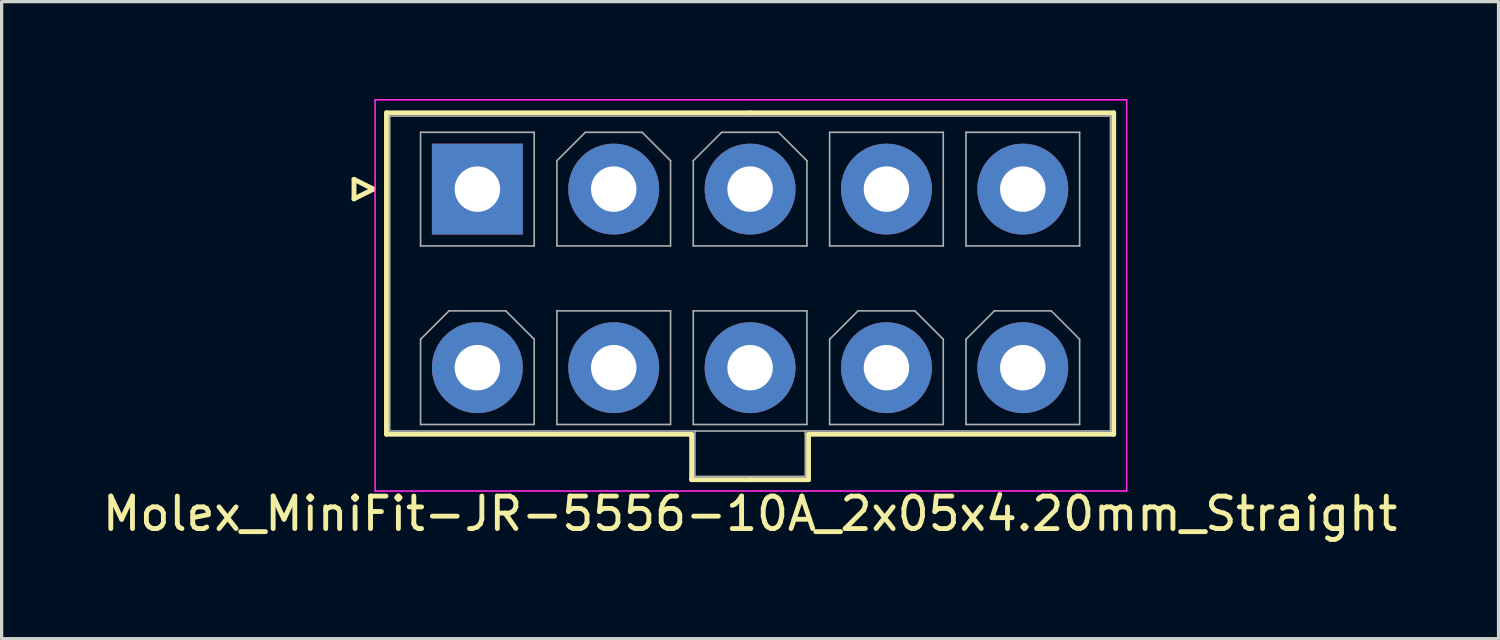
<source format=kicad_pcb>
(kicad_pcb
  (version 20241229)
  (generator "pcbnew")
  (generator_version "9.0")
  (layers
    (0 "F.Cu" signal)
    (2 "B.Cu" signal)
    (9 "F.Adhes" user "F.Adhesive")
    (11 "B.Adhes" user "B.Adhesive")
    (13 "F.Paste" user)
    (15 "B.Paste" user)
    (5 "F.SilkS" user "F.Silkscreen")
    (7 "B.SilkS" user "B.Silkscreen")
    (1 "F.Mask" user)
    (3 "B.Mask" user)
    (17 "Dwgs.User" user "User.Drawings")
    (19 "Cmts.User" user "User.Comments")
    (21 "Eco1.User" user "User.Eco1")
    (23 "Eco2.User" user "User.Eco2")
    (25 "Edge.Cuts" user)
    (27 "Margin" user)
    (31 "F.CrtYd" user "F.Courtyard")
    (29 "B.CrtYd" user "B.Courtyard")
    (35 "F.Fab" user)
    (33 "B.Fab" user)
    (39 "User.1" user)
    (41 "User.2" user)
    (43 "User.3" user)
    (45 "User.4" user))
  (footprint "Molex_MiniFit-JR-5556-10A_2x05x4.20mm_Straight"
    (layer "F.Cu")
    (at 11.654 2.775)
    (property "Reference" "Molex_MiniFit-JR-5556-10A_2x05x4.20mm_Straight" (at 8.4 10 0) (layer "F.SilkS") (effects (font (size 1 1) (thickness 0.15))))
    (attr through_hole)
    (fp_line (start -3.8 -0.3) (end -3.2 0) (stroke (width 0.15) (type solid)) (layer "F.SilkS"))
    (fp_line (start -3.8 0.3) (end -3.8 -0.3) (stroke (width 0.15) (type solid)) (layer "F.SilkS"))
    (fp_line (start -3.2 0) (end -3.8 0.3) (stroke (width 0.15) (type solid)) (layer "F.SilkS"))
    (fp_line (start -2.8 -2.35) (end -2.8 7.55) (stroke (width 0.15) (type solid)) (layer "F.SilkS"))
    (fp_line (start -2.8 7.55) (end 6.6 7.55) (stroke (width 0.15) (type solid)) (layer "F.SilkS"))
    (fp_line (start 6.6 7.55) (end 6.6 8.95) (stroke (width 0.15) (type solid)) (layer "F.SilkS"))
    (fp_line (start 6.6 8.95) (end 8.4 8.95) (stroke (width 0.15) (type solid)) (layer "F.SilkS"))
    (fp_line (start 8.4 -2.35) (end -2.8 -2.35) (stroke (width 0.15) (type solid)) (layer "F.SilkS"))
    (fp_line (start 8.4 -2.35) (end 19.6 -2.35) (stroke (width 0.15) (type solid)) (layer "F.SilkS"))
    (fp_line (start 10.2 7.55) (end 10.2 8.95) (stroke (width 0.15) (type solid)) (layer "F.SilkS"))
    (fp_line (start 10.2 8.95) (end 8.4 8.95) (stroke (width 0.15) (type solid)) (layer "F.SilkS"))
    (fp_line (start 19.6 -2.35) (end 19.6 7.55) (stroke (width 0.15) (type solid)) (layer "F.SilkS"))
    (fp_line (start 19.6 7.55) (end 10.2 7.55) (stroke (width 0.15) (type solid)) (layer "F.SilkS"))
    (fp_line (start -3.15 -2.75) (end -3.15 9.3) (stroke (width 0.05) (type solid)) (layer "F.CrtYd"))
    (fp_line (start -3.15 9.3) (end 20 9.3) (stroke (width 0.05) (type solid)) (layer "F.CrtYd"))
    (fp_line (start 20 -2.75) (end -3.15 -2.75) (stroke (width 0.05) (type solid)) (layer "F.CrtYd"))
    (fp_line (start 20 9.3) (end 20 -2.75) (stroke (width 0.05) (type solid)) (layer "F.CrtYd"))
    (fp_line (start -2.7 -2.25) (end -2.7 7.45) (stroke (width 0.05) (type solid)) (layer "F.Fab"))
    (fp_line (start -2.7 7.45) (end 19.5 7.45) (stroke (width 0.05) (type solid)) (layer "F.Fab"))
    (fp_line (start -1.75 -1.75) (end -1.75 1.75) (stroke (width 0.05) (type solid)) (layer "F.Fab"))
    (fp_line (start -1.75 1.75) (end 1.75 1.75) (stroke (width 0.05) (type solid)) (layer "F.Fab"))
    (fp_line (start -1.75 4.625) (end -0.875 3.75) (stroke (width 0.05) (type solid)) (layer "F.Fab"))
    (fp_line (start -1.75 7.25) (end -1.75 4.625) (stroke (width 0.05) (type solid)) (layer "F.Fab"))
    (fp_line (start -0.875 3.75) (end 0.875 3.75) (stroke (width 0.05) (type solid)) (layer "F.Fab"))
    (fp_line (start 0.875 3.75) (end 1.75 4.625) (stroke (width 0.05) (type solid)) (layer "F.Fab"))
    (fp_line (start 1.75 -1.75) (end -1.75 -1.75) (stroke (width 0.05) (type solid)) (layer "F.Fab"))
    (fp_line (start 1.75 1.75) (end 1.75 -1.75) (stroke (width 0.05) (type solid)) (layer "F.Fab"))
    (fp_line (start 1.75 4.625) (end 1.75 7.25) (stroke (width 0.05) (type solid)) (layer "F.Fab"))
    (fp_line (start 1.75 7.25) (end -1.75 7.25) (stroke (width 0.05) (type solid)) (layer "F.Fab"))
    (fp_line (start 2.45 -0.875) (end 3.325 -1.75) (stroke (width 0.05) (type solid)) (layer "F.Fab"))
    (fp_line (start 2.45 1.75) (end 2.45 -0.875) (stroke (width 0.05) (type solid)) (layer "F.Fab"))
    (fp_line (start 2.45 3.75) (end 2.45 7.25) (stroke (width 0.05) (type solid)) (layer "F.Fab"))
    (fp_line (start 2.45 7.25) (end 5.95 7.25) (stroke (width 0.05) (type solid)) (layer "F.Fab"))
    (fp_line (start 3.325 -1.75) (end 5.075 -1.75) (stroke (width 0.05) (type solid)) (layer "F.Fab"))
    (fp_line (start 5.075 -1.75) (end 5.95 -0.875) (stroke (width 0.05) (type solid)) (layer "F.Fab"))
    (fp_line (start 5.95 -0.875) (end 5.95 1.75) (stroke (width 0.05) (type solid)) (layer "F.Fab"))
    (fp_line (start 5.95 1.75) (end 2.45 1.75) (stroke (width 0.05) (type solid)) (layer "F.Fab"))
    (fp_line (start 5.95 3.75) (end 2.45 3.75) (stroke (width 0.05) (type solid)) (layer "F.Fab"))
    (fp_line (start 5.95 7.25) (end 5.95 3.75) (stroke (width 0.05) (type solid)) (layer "F.Fab"))
    (fp_line (start 6.65 -0.875) (end 7.525 -1.75) (stroke (width 0.05) (type solid)) (layer "F.Fab"))
    (fp_line (start 6.65 1.75) (end 6.65 -0.875) (stroke (width 0.05) (type solid)) (layer "F.Fab"))
    (fp_line (start 6.65 3.75) (end 6.65 7.25) (stroke (width 0.05) (type solid)) (layer "F.Fab"))
    (fp_line (start 6.65 7.25) (end 10.15 7.25) (stroke (width 0.05) (type solid)) (layer "F.Fab"))
    (fp_line (start 6.7 7.45) (end 6.7 8.85) (stroke (width 0.05) (type solid)) (layer "F.Fab"))
    (fp_line (start 6.7 8.85) (end 10.1 8.85) (stroke (width 0.05) (type solid)) (layer "F.Fab"))
    (fp_line (start 7.525 -1.75) (end 9.275 -1.75) (stroke (width 0.05) (type solid)) (layer "F.Fab"))
    (fp_line (start 9.275 -1.75) (end 10.15 -0.875) (stroke (width 0.05) (type solid)) (layer "F.Fab"))
    (fp_line (start 10.1 8.85) (end 10.1 7.45) (stroke (width 0.05) (type solid)) (layer "F.Fab"))
    (fp_line (start 10.15 -0.875) (end 10.15 1.75) (stroke (width 0.05) (type solid)) (layer "F.Fab"))
    (fp_line (start 10.15 1.75) (end 6.65 1.75) (stroke (width 0.05) (type solid)) (layer "F.Fab"))
    (fp_line (start 10.15 3.75) (end 6.65 3.75) (stroke (width 0.05) (type solid)) (layer "F.Fab"))
    (fp_line (start 10.15 7.25) (end 10.15 3.75) (stroke (width 0.05) (type solid)) (layer "F.Fab"))
    (fp_line (start 10.85 -1.75) (end 10.85 1.75) (stroke (width 0.05) (type solid)) (layer "F.Fab"))
    (fp_line (start 10.85 1.75) (end 14.35 1.75) (stroke (width 0.05) (type solid)) (layer "F.Fab"))
    (fp_line (start 10.85 4.625) (end 11.725 3.75) (stroke (width 0.05) (type solid)) (layer "F.Fab"))
    (fp_line (start 10.85 7.25) (end 10.85 4.625) (stroke (width 0.05) (type solid)) (layer "F.Fab"))
    (fp_line (start 11.725 3.75) (end 13.475 3.75) (stroke (width 0.05) (type solid)) (layer "F.Fab"))
    (fp_line (start 13.475 3.75) (end 14.35 4.625) (stroke (width 0.05) (type solid)) (layer "F.Fab"))
    (fp_line (start 14.35 -1.75) (end 10.85 -1.75) (stroke (width 0.05) (type solid)) (layer "F.Fab"))
    (fp_line (start 14.35 1.75) (end 14.35 -1.75) (stroke (width 0.05) (type solid)) (layer "F.Fab"))
    (fp_line (start 14.35 4.625) (end 14.35 7.25) (stroke (width 0.05) (type solid)) (layer "F.Fab"))
    (fp_line (start 14.35 7.25) (end 10.85 7.25) (stroke (width 0.05) (type solid)) (layer "F.Fab"))
    (fp_line (start 15.05 -1.75) (end 15.05 1.75) (stroke (width 0.05) (type solid)) (layer "F.Fab"))
    (fp_line (start 15.05 1.75) (end 18.55 1.75) (stroke (width 0.05) (type solid)) (layer "F.Fab"))
    (fp_line (start 15.05 4.625) (end 15.925 3.75) (stroke (width 0.05) (type solid)) (layer "F.Fab"))
    (fp_line (start 15.05 7.25) (end 15.05 4.625) (stroke (width 0.05) (type solid)) (layer "F.Fab"))
    (fp_line (start 15.925 3.75) (end 17.675 3.75) (stroke (width 0.05) (type solid)) (layer "F.Fab"))
    (fp_line (start 17.675 3.75) (end 18.55 4.625) (stroke (width 0.05) (type solid)) (layer "F.Fab"))
    (fp_line (start 18.55 -1.75) (end 15.05 -1.75) (stroke (width 0.05) (type solid)) (layer "F.Fab"))
    (fp_line (start 18.55 1.75) (end 18.55 -1.75) (stroke (width 0.05) (type solid)) (layer "F.Fab"))
    (fp_line (start 18.55 4.625) (end 18.55 7.25) (stroke (width 0.05) (type solid)) (layer "F.Fab"))
    (fp_line (start 18.55 7.25) (end 15.05 7.25) (stroke (width 0.05) (type solid)) (layer "F.Fab"))
    (fp_line (start 19.5 -2.25) (end -2.7 -2.25) (stroke (width 0.05) (type solid)) (layer "F.Fab"))
    (fp_line (start 19.5 7.45) (end 19.5 -2.25) (stroke (width 0.05) (type solid)) (layer "F.Fab"))
    (pad "1" thru_hole rect (at 0 0) (size 2.8 2.8) (drill 1.4) (layers "*.Cu" "*.Mask"))
    (pad "2" thru_hole circle (at 4.2 0) (size 2.8 2.8) (drill 1.4) (layers "*.Cu" "*.Mask"))
    (pad "3" thru_hole circle (at 8.4 0) (size 2.8 2.8) (drill 1.4) (layers "*.Cu" "*.Mask"))
    (pad "4" thru_hole circle (at 12.6 0) (size 2.8 2.8) (drill 1.4) (layers "*.Cu" "*.Mask"))
    (pad "5" thru_hole circle (at 16.8 0) (size 2.8 2.8) (drill 1.4) (layers "*.Cu" "*.Mask"))
    (pad "6" thru_hole circle (at 0 5.5) (size 2.8 2.8) (drill 1.4) (layers "*.Cu" "*.Mask"))
    (pad "7" thru_hole circle (at 4.2 5.5) (size 2.8 2.8) (drill 1.4) (layers "*.Cu" "*.Mask"))
    (pad "8" thru_hole circle (at 8.4 5.5) (size 2.8 2.8) (drill 1.4) (layers "*.Cu" "*.Mask"))
    (pad "9" thru_hole circle (at 12.6 5.5) (size 2.8 2.8) (drill 1.4) (layers "*.Cu" "*.Mask"))
    (pad "10" thru_hole circle (at 16.8 5.5) (size 2.8 2.8) (drill 1.4) (layers "*.Cu" "*.Mask")))
  (gr_rect
    (start -3 -3)
    (end 43.107 16.623)
    (stroke (width 0.1) (type default))
    (fill no)
    (layer "Edge.Cuts")))
</source>
